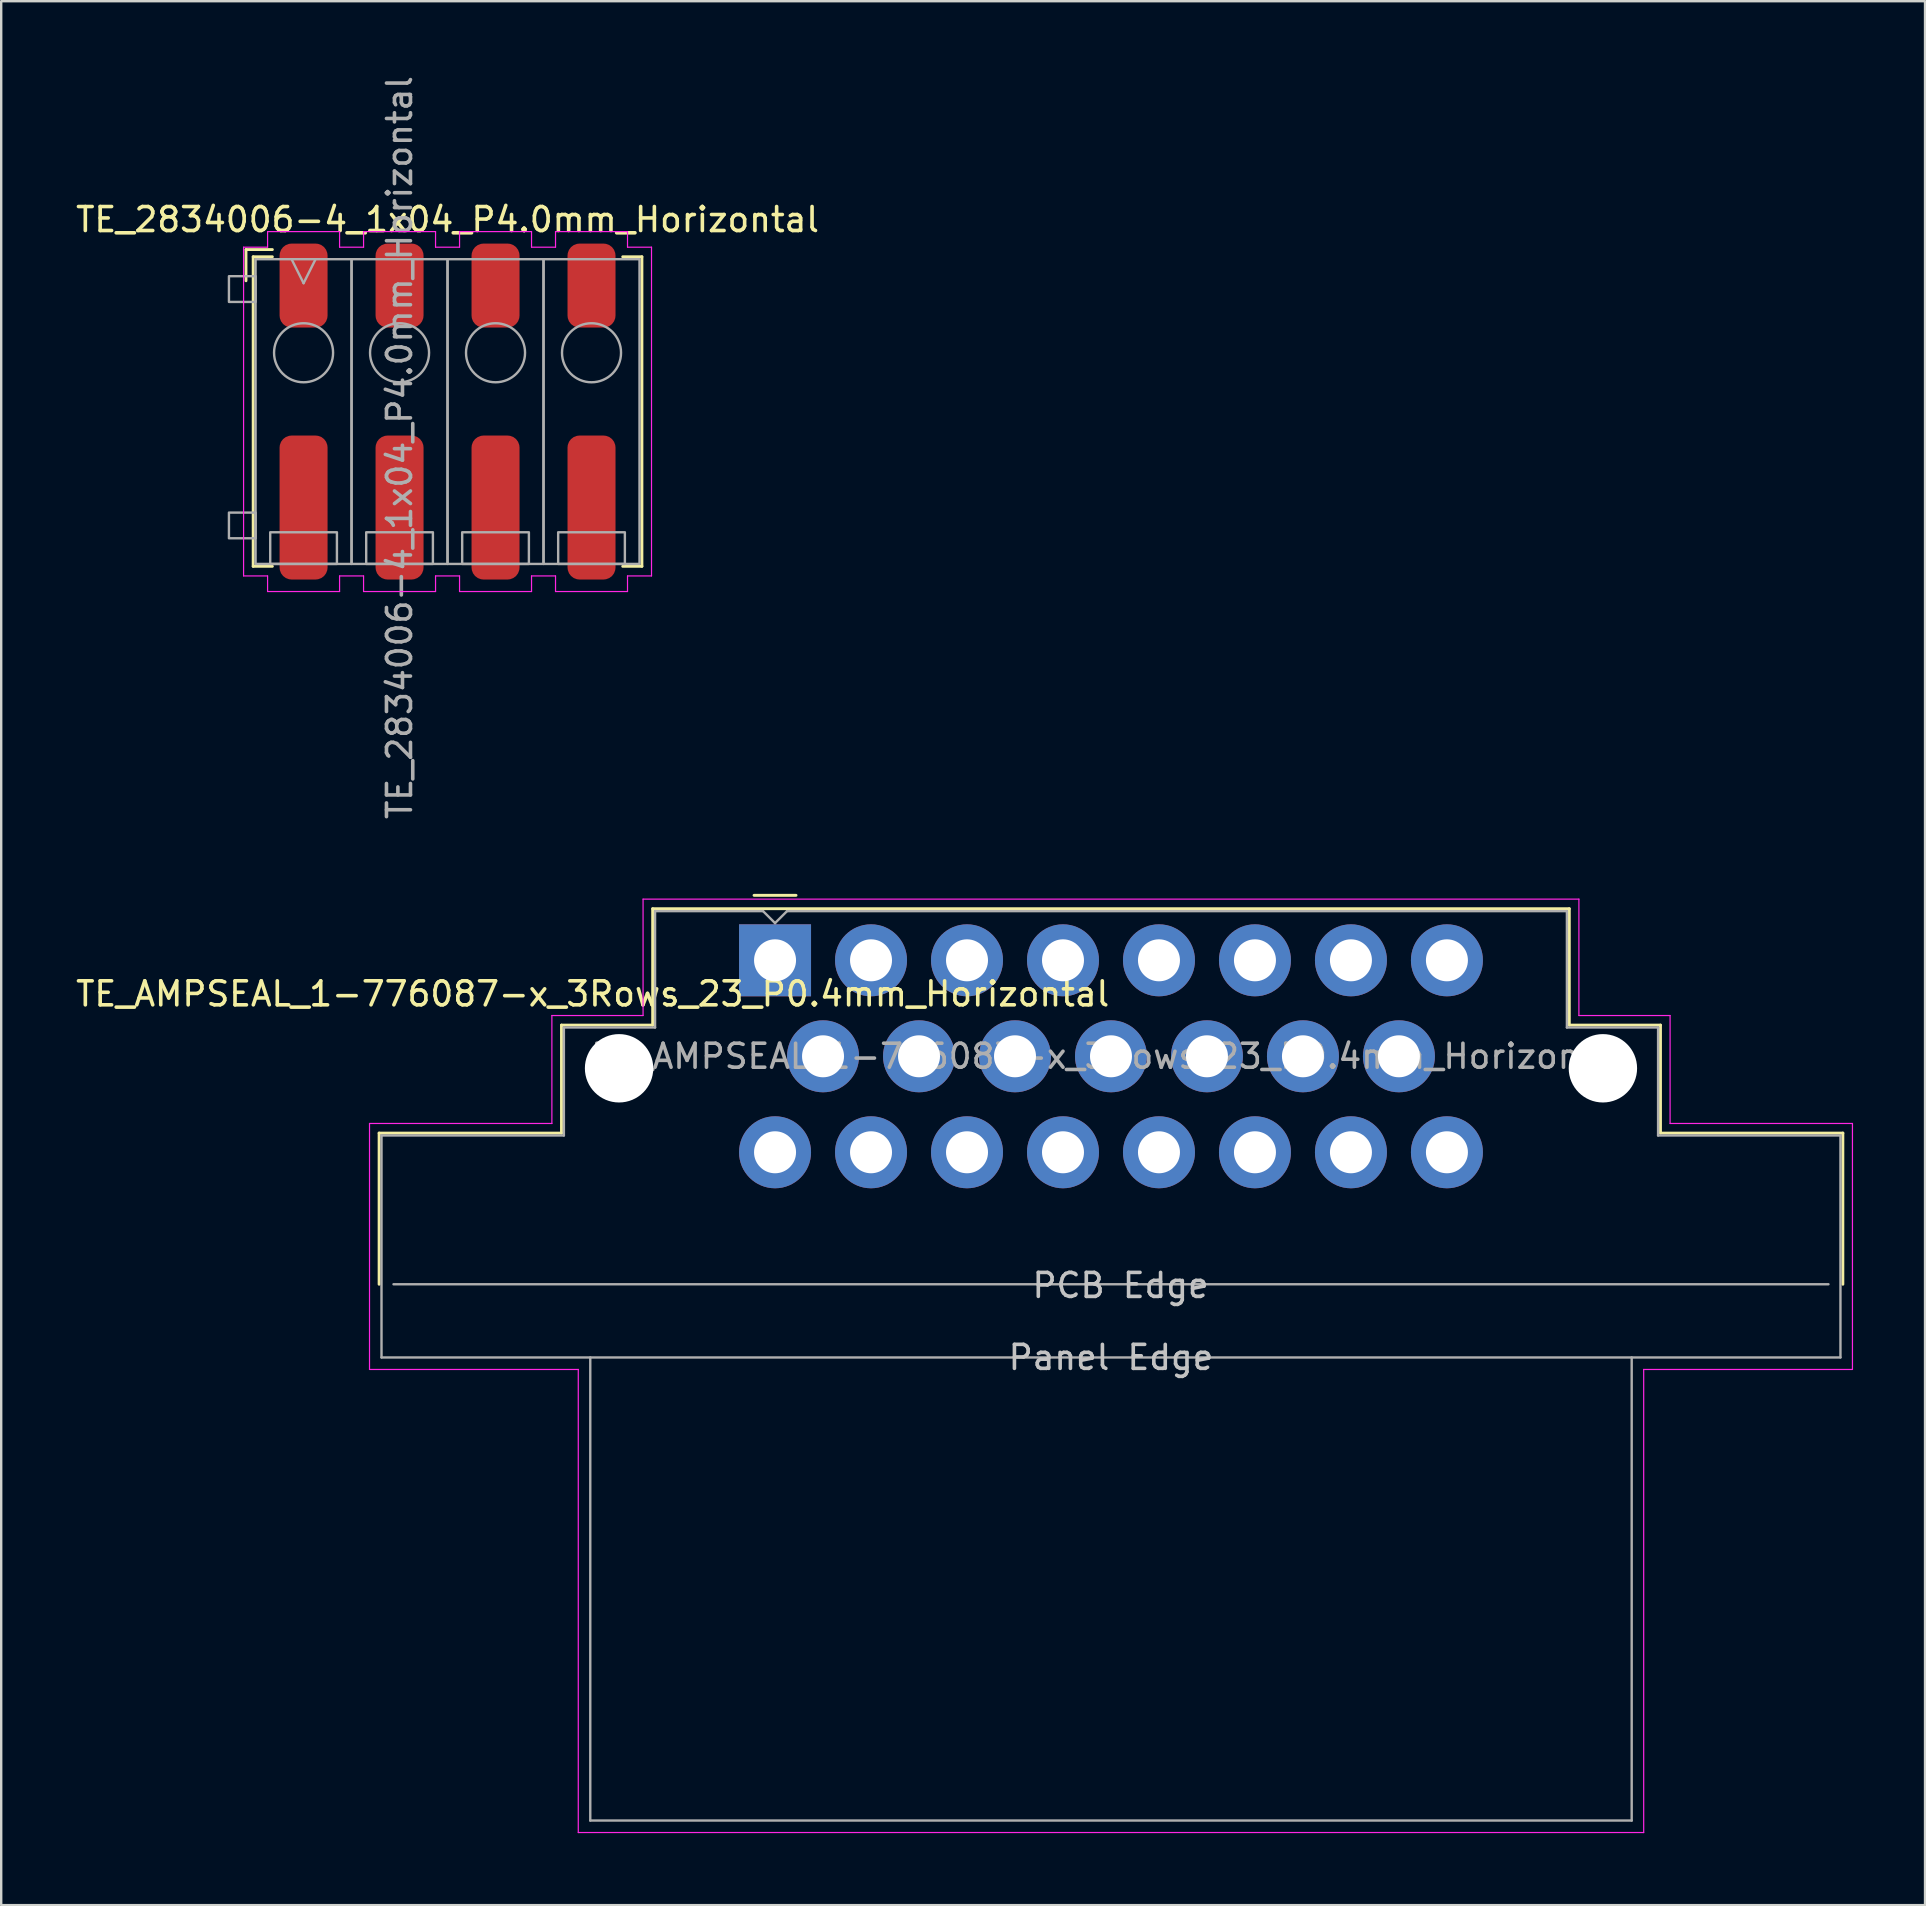
<source format=kicad_pcb>
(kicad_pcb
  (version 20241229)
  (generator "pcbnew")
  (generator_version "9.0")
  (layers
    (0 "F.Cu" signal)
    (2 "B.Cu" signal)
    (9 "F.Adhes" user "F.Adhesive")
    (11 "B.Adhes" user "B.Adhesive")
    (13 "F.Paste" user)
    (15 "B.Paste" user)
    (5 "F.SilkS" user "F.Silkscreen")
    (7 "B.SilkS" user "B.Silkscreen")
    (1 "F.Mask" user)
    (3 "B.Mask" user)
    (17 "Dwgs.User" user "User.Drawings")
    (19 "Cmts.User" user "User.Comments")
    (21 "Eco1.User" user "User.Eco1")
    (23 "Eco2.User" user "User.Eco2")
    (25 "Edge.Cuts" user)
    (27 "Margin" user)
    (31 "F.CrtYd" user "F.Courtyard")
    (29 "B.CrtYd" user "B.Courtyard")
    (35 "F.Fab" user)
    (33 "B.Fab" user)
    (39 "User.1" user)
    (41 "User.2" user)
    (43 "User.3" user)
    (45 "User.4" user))
  (footprint "TE_2834006-4_1x04_P4.0mm_Horizontal"
    (layer "F.Cu")
    (at 15.601 14.101)
    (property "Reference" "TE_2834006-4_1x04_P4.0mm_Horizontal" (at 0 -8 0) (unlocked yes) (layer "F.SilkS") (effects (font (size 1 1) (thickness 0.15))))
    (attr smd)
    (fp_line (start -8.4 -6.75) (end -8.4 -5.45) (stroke (width 0.12) (type solid)) (layer "F.SilkS"))
    (fp_line (start -8.1 -6.45) (end -7.3 -6.45) (stroke (width 0.12) (type solid)) (layer "F.SilkS"))
    (fp_line (start -8.1 6.45) (end -8.1 -6.45) (stroke (width 0.12) (type solid)) (layer "F.SilkS"))
    (fp_line (start -8.1 6.45) (end -7.3 6.45) (stroke (width 0.12) (type solid)) (layer "F.SilkS"))
    (fp_line (start -7.3 -6.75) (end -8.4 -6.75) (stroke (width 0.12) (type solid)) (layer "F.SilkS"))
    (fp_line (start 8.1 -6.45) (end 7.3 -6.45) (stroke (width 0.12) (type solid)) (layer "F.SilkS"))
    (fp_line (start 8.1 -6.45) (end 8.1 6.45) (stroke (width 0.12) (type solid)) (layer "F.SilkS"))
    (fp_line (start 8.1 6.45) (end 7.3 6.45) (stroke (width 0.12) (type solid)) (layer "F.SilkS"))
    (fp_line (start -8.5 -6.85) (end -8.5 6.85) (stroke (width 0.05) (type solid)) (layer "F.CrtYd"))
    (fp_line (start -8.5 -6.85) (end -7.5 -6.85) (stroke (width 0.05) (type solid)) (layer "F.CrtYd"))
    (fp_line (start -7.5 -7.5) (end -4.5 -7.5) (stroke (width 0.05) (type solid)) (layer "F.CrtYd"))
    (fp_line (start -7.5 -6.85) (end -7.5 -7.5) (stroke (width 0.05) (type solid)) (layer "F.CrtYd"))
    (fp_line (start -7.5 6.85) (end -8.5 6.85) (stroke (width 0.05) (type solid)) (layer "F.CrtYd"))
    (fp_line (start -7.5 7.5) (end -7.5 6.85) (stroke (width 0.05) (type solid)) (layer "F.CrtYd"))
    (fp_line (start -4.5 -7.5) (end -4.5 -6.85) (stroke (width 0.05) (type solid)) (layer "F.CrtYd"))
    (fp_line (start -4.5 -6.85) (end -3.5 -6.85) (stroke (width 0.05) (type solid)) (layer "F.CrtYd"))
    (fp_line (start -4.5 6.85) (end -4.5 7.5) (stroke (width 0.05) (type solid)) (layer "F.CrtYd"))
    (fp_line (start -4.5 7.5) (end -7.5 7.5) (stroke (width 0.05) (type solid)) (layer "F.CrtYd"))
    (fp_line (start -3.5 -7.5) (end -0.5 -7.5) (stroke (width 0.05) (type solid)) (layer "F.CrtYd"))
    (fp_line (start -3.5 -6.85) (end -3.5 -7.5) (stroke (width 0.05) (type solid)) (layer "F.CrtYd"))
    (fp_line (start -3.5 6.85) (end -4.5 6.85) (stroke (width 0.05) (type solid)) (layer "F.CrtYd"))
    (fp_line (start -3.5 7.5) (end -3.5 6.85) (stroke (width 0.05) (type solid)) (layer "F.CrtYd"))
    (fp_line (start -0.5 -7.5) (end -0.5 -6.85) (stroke (width 0.05) (type solid)) (layer "F.CrtYd"))
    (fp_line (start -0.5 -6.85) (end 0.5 -6.85) (stroke (width 0.05) (type solid)) (layer "F.CrtYd"))
    (fp_line (start -0.5 6.85) (end -0.5 7.5) (stroke (width 0.05) (type solid)) (layer "F.CrtYd"))
    (fp_line (start -0.5 7.5) (end -3.5 7.5) (stroke (width 0.05) (type solid)) (layer "F.CrtYd"))
    (fp_line (start 0.5 -7.5) (end 3.5 -7.5) (stroke (width 0.05) (type solid)) (layer "F.CrtYd"))
    (fp_line (start 0.5 -6.85) (end 0.5 -7.5) (stroke (width 0.05) (type solid)) (layer "F.CrtYd"))
    (fp_line (start 0.5 6.85) (end -0.5 6.85) (stroke (width 0.05) (type solid)) (layer "F.CrtYd"))
    (fp_line (start 0.5 7.5) (end 0.5 6.85) (stroke (width 0.05) (type solid)) (layer "F.CrtYd"))
    (fp_line (start 3.5 -7.5) (end 3.5 -6.85) (stroke (width 0.05) (type solid)) (layer "F.CrtYd"))
    (fp_line (start 3.5 -6.85) (end 4.5 -6.85) (stroke (width 0.05) (type solid)) (layer "F.CrtYd"))
    (fp_line (start 3.5 6.85) (end 3.5 7.5) (stroke (width 0.05) (type solid)) (layer "F.CrtYd"))
    (fp_line (start 3.5 7.5) (end 0.5 7.5) (stroke (width 0.05) (type solid)) (layer "F.CrtYd"))
    (fp_line (start 4.5 -7.5) (end 7.5 -7.5) (stroke (width 0.05) (type solid)) (layer "F.CrtYd"))
    (fp_line (start 4.5 -6.85) (end 4.5 -7.5) (stroke (width 0.05) (type solid)) (layer "F.CrtYd"))
    (fp_line (start 4.5 6.85) (end 3.5 6.85) (stroke (width 0.05) (type solid)) (layer "F.CrtYd"))
    (fp_line (start 4.5 7.5) (end 4.5 6.85) (stroke (width 0.05) (type solid)) (layer "F.CrtYd"))
    (fp_line (start 7.5 -7.5) (end 7.5 -6.85) (stroke (width 0.05) (type solid)) (layer "F.CrtYd"))
    (fp_line (start 7.5 -6.85) (end 8.5 -6.85) (stroke (width 0.05) (type solid)) (layer "F.CrtYd"))
    (fp_line (start 7.5 6.85) (end 7.5 7.5) (stroke (width 0.05) (type solid)) (layer "F.CrtYd"))
    (fp_line (start 7.5 7.5) (end 4.5 7.5) (stroke (width 0.05) (type solid)) (layer "F.CrtYd"))
    (fp_line (start 8.5 -6.85) (end 8.5 6.85) (stroke (width 0.05) (type solid)) (layer "F.CrtYd"))
    (fp_line (start 8.5 6.85) (end 7.5 6.85) (stroke (width 0.05) (type solid)) (layer "F.CrtYd"))
    (fp_line (start -6 -5.35) (end -6.5 -6.35) (stroke (width 0.1) (type solid)) (layer "F.Fab"))
    (fp_line (start -5.5 -6.35) (end -6 -5.35) (stroke (width 0.1) (type solid)) (layer "F.Fab"))
    (fp_rect (start -9.11 -5.64) (end -8 -4.569) (stroke (width 0.1) (type solid)) (fill no) (layer "F.Fab"))
    (fp_rect (start -9.11 4.21) (end -8 5.282) (stroke (width 0.1) (type solid)) (fill no) (layer "F.Fab"))
    (fp_rect (start -8 -6.35) (end -4 6.35) (stroke (width 0.1) (type solid)) (fill no) (layer "F.Fab"))
    (fp_rect (start -7.39 5.03) (end -4.61 6.35) (stroke (width 0.1) (type solid)) (fill no) (layer "F.Fab"))
    (fp_rect (start -4 -6.35) (end 0 6.35) (stroke (width 0.1) (type solid)) (fill no) (layer "F.Fab"))
    (fp_rect (start -3.39 5.03) (end -0.61 6.35) (stroke (width 0.1) (type solid)) (fill no) (layer "F.Fab"))
    (fp_rect (start 0 -6.35) (end 4 6.35) (stroke (width 0.1) (type solid)) (fill no) (layer "F.Fab"))
    (fp_rect (start 0.61 5.03) (end 3.39 6.35) (stroke (width 0.1) (type solid)) (fill no) (layer "F.Fab"))
    (fp_rect (start 4 -6.35) (end 8 6.35) (stroke (width 0.1) (type solid)) (fill no) (layer "F.Fab"))
    (fp_rect (start 4.61 5.03) (end 7.39 6.35) (stroke (width 0.1) (type solid)) (fill no) (layer "F.Fab"))
    (fp_circle (center -6 -2.45) (end -4.77 -2.45) (stroke (width 0.1) (type solid)) (fill no) (layer "F.Fab"))
    (fp_circle (center -2 -2.45) (end -0.77 -2.45) (stroke (width 0.1) (type solid)) (fill no) (layer "F.Fab"))
    (fp_circle (center 2 -2.45) (end 3.23 -2.45) (stroke (width 0.1) (type solid)) (fill no) (layer "F.Fab"))
    (fp_circle (center 6 -2.45) (end 7.23 -2.45) (stroke (width 0.1) (type solid)) (fill no) (layer "F.Fab"))
    (fp_text user "${REFERENCE}" (at -2 1.5 90) (unlocked yes) (layer "F.Fab") (effects (font (size 1 1) (thickness 0.15))))
    (pad "1" smd roundrect (at -6 -5.25) (size 2 3.5) (layers "F.Cu" "F.Mask" "F.Paste") (roundrect_rratio 0.25))
    (pad "1" smd roundrect (at -6 4) (size 2 6) (layers "F.Cu" "F.Mask" "F.Paste") (roundrect_rratio 0.25))
    (pad "2" smd roundrect (at -2 -5.25) (size 2 3.5) (layers "F.Cu" "F.Mask" "F.Paste") (roundrect_rratio 0.25))
    (pad "2" smd roundrect (at -2 4) (size 2 6) (layers "F.Cu" "F.Mask" "F.Paste") (roundrect_rratio 0.25))
    (pad "3" smd roundrect (at 2 -5.25) (size 2 3.5) (layers "F.Cu" "F.Mask" "F.Paste") (roundrect_rratio 0.25))
    (pad "3" smd roundrect (at 2 4) (size 2 6) (layers "F.Cu" "F.Mask" "F.Paste") (roundrect_rratio 0.25))
    (pad "4" smd roundrect (at 6 -5.25) (size 2 3.5) (layers "F.Cu" "F.Mask" "F.Paste") (roundrect_rratio 0.25))
    (pad "4" smd roundrect (at 6 4) (size 2 6) (layers "F.Cu" "F.Mask" "F.Paste") (roundrect_rratio 0.25)))
  (footprint "TE_AMPSEAL_1-776087-x_3Rows_23_P0.4mm_Horizontal"
    (layer "F.Cu")
    (at 29.249 36.97)
    (property "Reference" "TE_AMPSEAL_1-776087-x_3Rows_23_P0.4mm_Horizontal" (at -7.6 1.4 0) (layer "F.SilkS") (effects (font (size 1 1) (thickness 0.15))))
    (attr through_hole)
    (fp_line (start -16.5 7.2) (end -8.9 7.2) (stroke (width 0.12) (type solid)) (layer "F.SilkS"))
    (fp_line (start -16.5 13.5) (end -16.5 7.2) (stroke (width 0.12) (type solid)) (layer "F.SilkS"))
    (fp_line (start -8.9 2.7) (end -5.1 2.7) (stroke (width 0.12) (type solid)) (layer "F.SilkS"))
    (fp_line (start -8.9 7.2) (end -8.9 2.7) (stroke (width 0.12) (type solid)) (layer "F.SilkS"))
    (fp_line (start -5.1 -2.15) (end 33.1 -2.15) (stroke (width 0.12) (type solid)) (layer "F.SilkS"))
    (fp_line (start -5.1 2.7) (end -5.1 -2.15) (stroke (width 0.12) (type solid)) (layer "F.SilkS"))
    (fp_line (start -0.875 -2.708) (end 0.875 -2.708) (stroke (width 0.12) (type solid)) (layer "F.SilkS"))
    (fp_line (start 33.1 -2.15) (end 33.1 2.7) (stroke (width 0.12) (type solid)) (layer "F.SilkS"))
    (fp_line (start 33.1 2.7) (end 36.9 2.7) (stroke (width 0.12) (type solid)) (layer "F.SilkS"))
    (fp_line (start 36.9 2.7) (end 36.9 7.2) (stroke (width 0.12) (type solid)) (layer "F.SilkS"))
    (fp_line (start 36.9 7.2) (end 44.5 7.2) (stroke (width 0.12) (type solid)) (layer "F.SilkS"))
    (fp_line (start 44.5 7.2) (end 44.5 13.5) (stroke (width 0.12) (type solid)) (layer "F.SilkS"))
    (fp_line (start -16.9 6.8) (end -9.3 6.8) (stroke (width 0.05) (type solid)) (layer "F.CrtYd"))
    (fp_line (start -16.9 17.05) (end -16.9 6.8) (stroke (width 0.05) (type solid)) (layer "F.CrtYd"))
    (fp_line (start -16.9 17.05) (end -8.2 17.05) (stroke (width 0.05) (type solid)) (layer "F.CrtYd"))
    (fp_line (start -9.3 2.3) (end -5.5 2.3) (stroke (width 0.05) (type solid)) (layer "F.CrtYd"))
    (fp_line (start -9.3 6.8) (end -9.3 2.3) (stroke (width 0.05) (type solid)) (layer "F.CrtYd"))
    (fp_line (start -8.2 17.05) (end -8.2 36.35) (stroke (width 0.05) (type solid)) (layer "F.CrtYd"))
    (fp_line (start -8.2 36.35) (end 36.2 36.35) (stroke (width 0.05) (type solid)) (layer "F.CrtYd"))
    (fp_line (start -5.5 -2.55) (end 33.5 -2.55) (stroke (width 0.05) (type solid)) (layer "F.CrtYd"))
    (fp_line (start -5.5 2.3) (end -5.5 -2.55) (stroke (width 0.05) (type solid)) (layer "F.CrtYd"))
    (fp_line (start 33.5 -2.55) (end 33.5 2.3) (stroke (width 0.05) (type solid)) (layer "F.CrtYd"))
    (fp_line (start 33.5 2.3) (end 37.3 2.3) (stroke (width 0.05) (type solid)) (layer "F.CrtYd"))
    (fp_line (start 36.2 17.05) (end 44.9 17.05) (stroke (width 0.05) (type solid)) (layer "F.CrtYd"))
    (fp_line (start 36.2 36.35) (end 36.2 17.05) (stroke (width 0.05) (type solid)) (layer "F.CrtYd"))
    (fp_line (start 37.3 2.3) (end 37.3 6.8) (stroke (width 0.05) (type solid)) (layer "F.CrtYd"))
    (fp_line (start 37.3 6.8) (end 44.9 6.8) (stroke (width 0.05) (type solid)) (layer "F.CrtYd"))
    (fp_line (start 44.9 6.8) (end 44.9 17.05) (stroke (width 0.05) (type solid)) (layer "F.CrtYd"))
    (fp_line (start -16.4 16.55) (end -16.4 7.3) (stroke (width 0.1) (type solid)) (layer "F.Fab"))
    (fp_line (start -16.4 16.55) (end 44.4 16.55) (stroke (width 0.1) (type solid)) (layer "F.Fab"))
    (fp_line (start -15.9 13.5) (end 43.9 13.5) (stroke (width 0.1) (type solid)) (layer "F.Fab"))
    (fp_line (start -8.8 2.8) (end -8.8 7.3) (stroke (width 0.1) (type solid)) (layer "F.Fab"))
    (fp_line (start -8.8 2.8) (end -5 2.8) (stroke (width 0.1) (type solid)) (layer "F.Fab"))
    (fp_line (start -8.8 7.3) (end -16.4 7.3) (stroke (width 0.1) (type solid)) (layer "F.Fab"))
    (fp_line (start -7.7 16.55) (end -7.7 35.85) (stroke (width 0.1) (type solid)) (layer "F.Fab"))
    (fp_line (start -7.7 35.85) (end 35.7 35.85) (stroke (width 0.1) (type solid)) (layer "F.Fab"))
    (fp_line (start -5 -2.05) (end -5 2.8) (stroke (width 0.1) (type solid)) (layer "F.Fab"))
    (fp_line (start -0.5 -2.05) (end -5 -2.05) (stroke (width 0.1) (type solid)) (layer "F.Fab"))
    (fp_line (start 0 -1.55) (end -0.5 -2.05) (stroke (width 0.1) (type solid)) (layer "F.Fab"))
    (fp_line (start 0 -1.55) (end 0.5 -2.05) (stroke (width 0.1) (type solid)) (layer "F.Fab"))
    (fp_line (start 0.5 -2.05) (end 33 -2.05) (stroke (width 0.1) (type solid)) (layer "F.Fab"))
    (fp_line (start 33 -2.05) (end 33 2.8) (stroke (width 0.1) (type solid)) (layer "F.Fab"))
    (fp_line (start 33 2.8) (end 36.8 2.8) (stroke (width 0.1) (type solid)) (layer "F.Fab"))
    (fp_line (start 35.7 35.85) (end 35.7 16.55) (stroke (width 0.1) (type solid)) (layer "F.Fab"))
    (fp_line (start 36.8 2.8) (end 36.8 7.3) (stroke (width 0.1) (type solid)) (layer "F.Fab"))
    (fp_line (start 36.8 7.3) (end 44.4 7.3) (stroke (width 0.1) (type solid)) (layer "F.Fab"))
    (fp_line (start 44.4 7.3) (end 44.4 16.55) (stroke (width 0.1) (type solid)) (layer "F.Fab"))
    (fp_text user "PCB Edge" (at 14.4 13.55 0) (layer "Dwgs.User") (effects (font (size 1 1) (thickness 0.15))))
    (fp_text user "Panel Edge" (at 14 16.55 0) (layer "Dwgs.User") (effects (font (size 1 1) (thickness 0.15))))
    (fp_text user "${REFERENCE}" (at 14 4 0) (layer "F.Fab") (effects (font (size 1 1) (thickness 0.15))))
    (pad "" np_thru_hole circle (at -6.5 4.5) (size 2.85 2.85) (drill 2.85) (layers "*.Cu"))
    (pad "" np_thru_hole circle (at 34.5 4.5) (size 2.85 2.85) (drill 2.85) (layers "*.Cu"))
    (pad "1" thru_hole rect (at 0 0) (size 3 3) (drill 1.75) (layers "*.Cu" "*.Mask"))
    (pad "2" thru_hole circle (at 4 0) (size 3 3) (drill 1.75) (layers "*.Cu" "*.Mask"))
    (pad "3" thru_hole circle (at 8 0) (size 3 3) (drill 1.75) (layers "*.Cu" "*.Mask"))
    (pad "4" thru_hole circle (at 12 0) (size 3 3) (drill 1.75) (layers "*.Cu" "*.Mask"))
    (pad "5" thru_hole circle (at 16 0) (size 3 3) (drill 1.75) (layers "*.Cu" "*.Mask"))
    (pad "6" thru_hole circle (at 20 0) (size 3 3) (drill 1.75) (layers "*.Cu" "*.Mask"))
    (pad "7" thru_hole circle (at 24 0) (size 3 3) (drill 1.75) (layers "*.Cu" "*.Mask"))
    (pad "8" thru_hole circle (at 28 0) (size 3 3) (drill 1.75) (layers "*.Cu" "*.Mask"))
    (pad "9" thru_hole circle (at 2 4) (size 3 3) (drill 1.75) (layers "*.Cu" "*.Mask"))
    (pad "10" thru_hole circle (at 6 4) (size 3 3) (drill 1.75) (layers "*.Cu" "*.Mask"))
    (pad "11" thru_hole circle (at 10 4) (size 3 3) (drill 1.75) (layers "*.Cu" "*.Mask"))
    (pad "12" thru_hole circle (at 14 4) (size 3 3) (drill 1.75) (layers "*.Cu" "*.Mask"))
    (pad "13" thru_hole circle (at 18 4) (size 3 3) (drill 1.75) (layers "*.Cu" "*.Mask"))
    (pad "14" thru_hole circle (at 22 4) (size 3 3) (drill 1.75) (layers "*.Cu" "*.Mask"))
    (pad "15" thru_hole circle (at 26 4) (size 3 3) (drill 1.75) (layers "*.Cu" "*.Mask"))
    (pad "16" thru_hole circle (at 0 8) (size 3 3) (drill 1.75) (layers "*.Cu" "*.Mask"))
    (pad "17" thru_hole circle (at 4 8) (size 3 3) (drill 1.75) (layers "*.Cu" "*.Mask"))
    (pad "18" thru_hole circle (at 8 8) (size 3 3) (drill 1.75) (layers "*.Cu" "*.Mask"))
    (pad "19" thru_hole circle (at 12 8) (size 3 3) (drill 1.75) (layers "*.Cu" "*.Mask"))
    (pad "20" thru_hole circle (at 16 8) (size 3 3) (drill 1.75) (layers "*.Cu" "*.Mask"))
    (pad "21" thru_hole circle (at 20 8) (size 3 3) (drill 1.75) (layers "*.Cu" "*.Mask"))
    (pad "22" thru_hole circle (at 24 8) (size 3 3) (drill 1.75) (layers "*.Cu" "*.Mask"))
    (pad "23" thru_hole circle (at 28 8) (size 3 3) (drill 1.75) (layers "*.Cu" "*.Mask")))
  (gr_rect
    (start -3 -3)
    (end 77.174 76.345)
    (stroke (width 0.1) (type default))
    (fill no)
    (layer "Edge.Cuts")))
</source>
